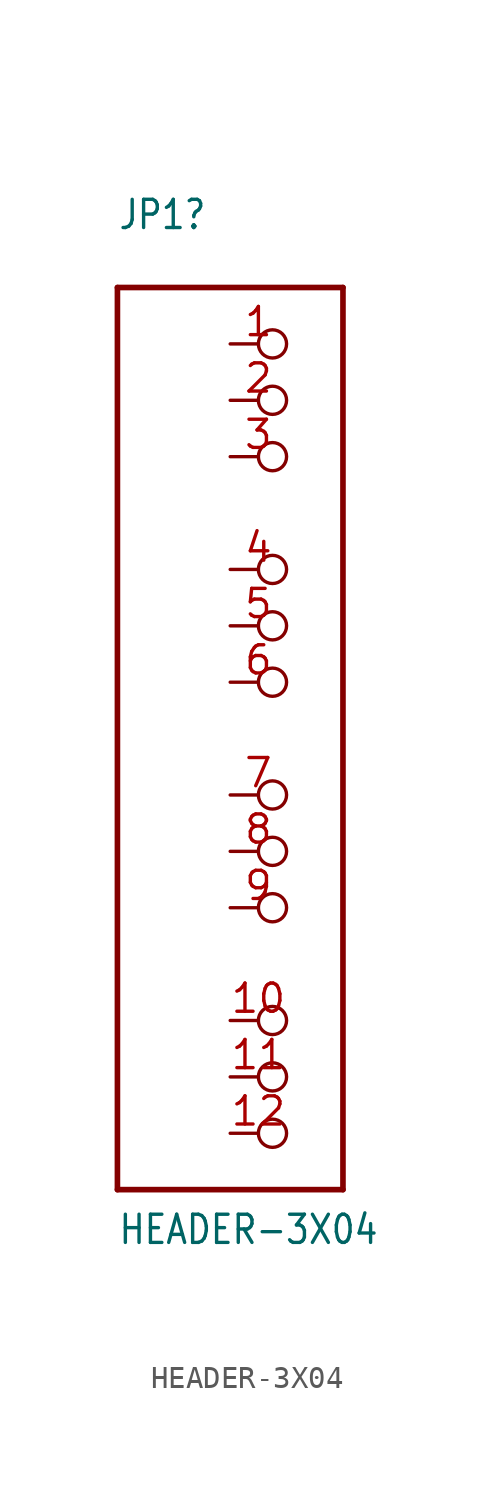
<source format=kicad_sym>
(kicad_symbol_lib
  (version 20211014)
  (generator kicad_symbol_editor)
  (symbol "HEADER-3X04"
    (property "Reference" "JP1"
      (at -5.08 22.86 0)
      (effects (font (size 1.27 1.079)) (justify left bottom)))
    (property "Value" "HEADER-3X04"
      (at -5.08 -22.86 0)
      (effects (font (size 1.27 1.079)) (justify left bottom)))
    (property "ki_locked" ""
      (at 0 0 0)
      (effects (font (size 1.27 1.27))))
    (symbol "HEADER-3X04_1_0"
      (polyline (pts (xy -5.08 -20.32) (xy -5.08 20.32)) (stroke (width 0.254) (type default) (color 0 0 0 0)) (fill (type none)))
      (polyline (pts (xy -5.08 20.32) (xy 5.08 20.32)) (stroke (width 0.254) (type default) (color 0 0 0 0)) (fill (type none)))
      (polyline (pts (xy 5.08 -20.32) (xy -5.08 -20.32)) (stroke (width 0.254) (type default) (color 0 0 0 0)) (fill (type none)))
      (polyline (pts (xy 5.08 20.32) (xy 5.08 -20.32)) (stroke (width 0.254) (type default) (color 0 0 0 0)) (fill (type none)))
      (pin passive inverted (at 0 17.78 0) (length 2.54) (name "1" (effects (font (size 0 0)))) (number "1" (effects (font (size 1.27 1.27)))))
      (pin passive inverted (at 0 -12.7 0) (length 2.54) (name "10" (effects (font (size 0 0)))) (number "10" (effects (font (size 1.27 1.27)))))
      (pin passive inverted (at 0 -15.24 0) (length 2.54) (name "11" (effects (font (size 0 0)))) (number "11" (effects (font (size 1.27 1.27)))))
      (pin passive inverted (at 0 -17.78 0) (length 2.54) (name "12" (effects (font (size 0 0)))) (number "12" (effects (font (size 1.27 1.27)))))
      (pin passive inverted (at 0 15.24 0) (length 2.54) (name "2" (effects (font (size 0 0)))) (number "2" (effects (font (size 1.27 1.27)))))
      (pin passive inverted (at 0 12.7 0) (length 2.54) (name "3" (effects (font (size 0 0)))) (number "3" (effects (font (size 1.27 1.27)))))
      (pin passive inverted (at 0 7.62 0) (length 2.54) (name "4" (effects (font (size 0 0)))) (number "4" (effects (font (size 1.27 1.27)))))
      (pin passive inverted (at 0 5.08 0) (length 2.54) (name "5" (effects (font (size 0 0)))) (number "5" (effects (font (size 1.27 1.27)))))
      (pin passive inverted (at 0 2.54 0) (length 2.54) (name "6" (effects (font (size 0 0)))) (number "6" (effects (font (size 1.27 1.27)))))
      (pin passive inverted (at 0 -2.54 0) (length 2.54) (name "7" (effects (font (size 0 0)))) (number "7" (effects (font (size 1.27 1.27)))))
      (pin passive inverted (at 0 -5.08 0) (length 2.54) (name "8" (effects (font (size 0 0)))) (number "8" (effects (font (size 1.27 1.27)))))
      (pin passive inverted (at 0 -7.62 0) (length 2.54) (name "9" (effects (font (size 0 0)))) (number "9" (effects (font (size 1.27 1.27))))))))
</source>
